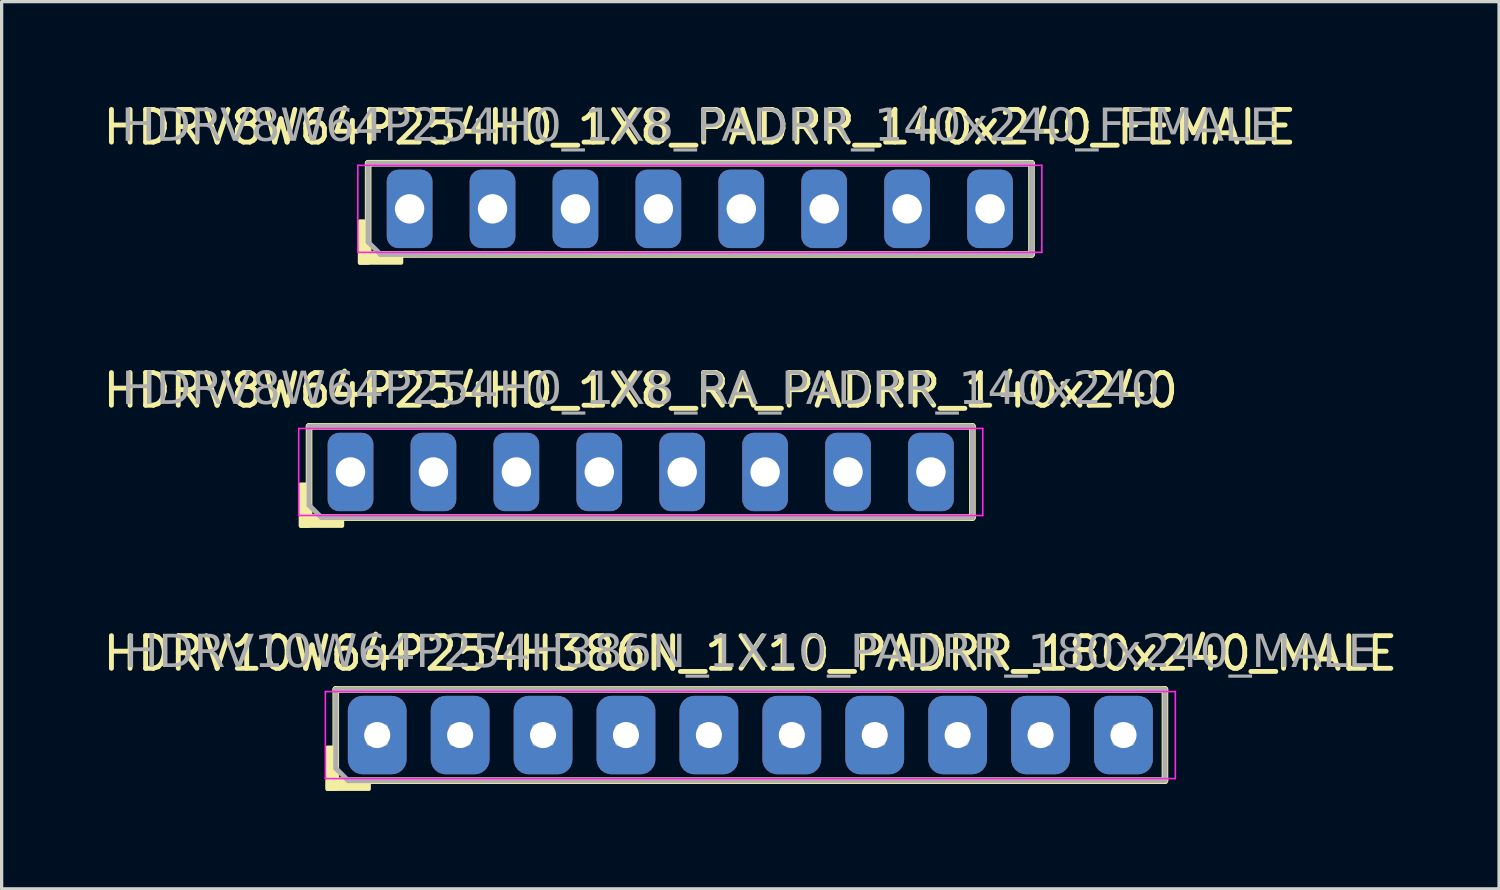
<source format=kicad_pcb>
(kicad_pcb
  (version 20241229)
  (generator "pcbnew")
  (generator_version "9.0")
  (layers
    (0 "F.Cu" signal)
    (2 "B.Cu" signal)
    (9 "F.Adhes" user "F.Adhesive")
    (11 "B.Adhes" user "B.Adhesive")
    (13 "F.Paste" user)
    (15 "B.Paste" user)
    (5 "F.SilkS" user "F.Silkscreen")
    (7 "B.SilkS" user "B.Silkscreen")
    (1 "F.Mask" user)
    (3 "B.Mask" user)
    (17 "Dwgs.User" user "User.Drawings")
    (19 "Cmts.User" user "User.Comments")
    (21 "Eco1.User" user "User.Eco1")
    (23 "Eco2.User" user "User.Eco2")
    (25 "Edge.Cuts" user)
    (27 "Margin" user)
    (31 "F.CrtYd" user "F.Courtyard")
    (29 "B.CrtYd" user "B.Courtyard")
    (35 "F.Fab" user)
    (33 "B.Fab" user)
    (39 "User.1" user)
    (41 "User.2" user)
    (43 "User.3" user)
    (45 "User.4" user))
  (footprint "HDRV10W64P254H386N_1X10_PADRR_180x240_MALE"
    (layer "F.Cu")
    (at 19.935 19.467)
    (property "Reference" "HDRV10W64P254H386N_1X10_PADRR_180x240_MALE" (at 0 -2.5 0) (layer "F.SilkS") (effects (font (size 1 1) (thickness 0.15))))
    (attr through_hole)
    (fp_line (start -12.7 -1.397) (end -12.7 1.397) (stroke (width 0.203) (type solid)) (layer "F.SilkS"))
    (fp_line (start -12.7 1.397) (end 12.7 1.397) (stroke (width 0.203) (type solid)) (layer "F.SilkS"))
    (fp_line (start 12.7 -1.397) (end -12.7 -1.397) (stroke (width 0.203) (type solid)) (layer "F.SilkS"))
    (fp_line (start 12.7 1.397) (end 12.7 -1.397) (stroke (width 0.203) (type solid)) (layer "F.SilkS"))
    (fp_rect (start -12.7 0.381) (end -12.954 1.651) (stroke (width 0.12) (type solid)) (fill yes) (layer "F.SilkS"))
    (fp_rect (start -11.684 1.651) (end -12.954 1.397) (stroke (width 0.12) (type solid)) (fill yes) (layer "F.SilkS"))
    (fp_line (start -13.018 1.333) (end -13.018 -1.333) (stroke (width 0.05) (type solid)) (layer "F.CrtYd"))
    (fp_line (start 13.018 -1.333) (end -13.018 -1.333) (stroke (width 0.05) (type solid)) (layer "F.CrtYd"))
    (fp_line (start 13.018 -1.333) (end 13.018 1.333) (stroke (width 0.05) (type solid)) (layer "F.CrtYd"))
    (fp_line (start 13.018 1.333) (end -13.018 1.333) (stroke (width 0.05) (type solid)) (layer "F.CrtYd"))
    (fp_line (start -12.7 -1.397) (end -12.7 1.016) (stroke (width 0.152) (type solid)) (layer "F.Fab"))
    (fp_line (start -12.7 -1.397) (end 12.7 -1.397) (stroke (width 0.152) (type solid)) (layer "F.Fab"))
    (fp_line (start -12.7 1.016) (end -12.319 1.397) (stroke (width 0.152) (type solid)) (layer "F.Fab"))
    (fp_line (start 12.7 -1.397) (end 12.7 1.397) (stroke (width 0.152) (type solid)) (layer "F.Fab"))
    (fp_line (start 12.7 1.397) (end -12.319 1.397) (stroke (width 0.152) (type solid)) (layer "F.Fab"))
    (fp_rect (start -11.176 -0.254) (end -11.684 0.254) (stroke (width 0.152) (type solid)) (fill no) (layer "F.Fab"))
    (fp_rect (start -8.636 -0.254) (end -9.144 0.254) (stroke (width 0.152) (type solid)) (fill no) (layer "F.Fab"))
    (fp_rect (start -6.096 -0.254) (end -6.604 0.254) (stroke (width 0.152) (type solid)) (fill no) (layer "F.Fab"))
    (fp_rect (start -3.556 -0.254) (end -4.064 0.254) (stroke (width 0.152) (type solid)) (fill no) (layer "F.Fab"))
    (fp_rect (start -1.016 -0.254) (end -1.524 0.254) (stroke (width 0.152) (type solid)) (fill no) (layer "F.Fab"))
    (fp_rect (start 1.524 -0.254) (end 1.016 0.254) (stroke (width 0.152) (type solid)) (fill no) (layer "F.Fab"))
    (fp_rect (start 4.064 -0.254) (end 3.556 0.254) (stroke (width 0.152) (type solid)) (fill no) (layer "F.Fab"))
    (fp_rect (start 6.604 -0.254) (end 6.096 0.254) (stroke (width 0.152) (type solid)) (fill no) (layer "F.Fab"))
    (fp_rect (start 9.144 -0.254) (end 8.636 0.254) (stroke (width 0.152) (type solid)) (fill no) (layer "F.Fab"))
    (fp_rect (start 11.684 -0.254) (end 11.176 0.254) (stroke (width 0.152) (type solid)) (fill no) (layer "F.Fab"))
    (fp_text user "${REFERENCE}" (at 0 -2.5 0) (layer "F.Fab") (effects (font (face "Tahoma") (size 1 1) (thickness 0.15))))
    (pad "1" thru_hole roundrect (at -11.43 0) (size 1.8 2.4) (drill 0.8) (layers "*.Cu" "*.Mask") (roundrect_rratio 0.25))
    (pad "2" thru_hole roundrect (at -8.89 0) (size 1.8 2.4) (drill 0.8) (layers "*.Cu" "*.Mask") (roundrect_rratio 0.25))
    (pad "3" thru_hole roundrect (at -6.35 0) (size 1.8 2.4) (drill 0.8) (layers "*.Cu" "*.Mask") (roundrect_rratio 0.25))
    (pad "4" thru_hole roundrect (at -3.81 0) (size 1.8 2.4) (drill 0.8) (layers "*.Cu" "*.Mask") (roundrect_rratio 0.25))
    (pad "5" thru_hole roundrect (at -1.27 0) (size 1.8 2.4) (drill 0.8) (layers "*.Cu" "*.Mask") (roundrect_rratio 0.25))
    (pad "6" thru_hole roundrect (at 1.27 0) (size 1.8 2.4) (drill 0.8) (layers "*.Cu" "*.Mask") (roundrect_rratio 0.25))
    (pad "7" thru_hole roundrect (at 3.81 0) (size 1.8 2.4) (drill 0.8) (layers "*.Cu" "*.Mask") (roundrect_rratio 0.25))
    (pad "8" thru_hole roundrect (at 6.35 0) (size 1.8 2.4) (drill 0.8) (layers "*.Cu" "*.Mask") (roundrect_rratio 0.25))
    (pad "9" thru_hole roundrect (at 8.89 0) (size 1.8 2.4) (drill 0.8) (layers "*.Cu" "*.Mask") (roundrect_rratio 0.25))
    (pad "10" thru_hole roundrect (at 11.43 0) (size 1.8 2.4) (drill 0.8) (layers "*.Cu" "*.Mask") (roundrect_rratio 0.25)))
  (footprint "HDRV8W64P254H0_1X8_PADRR_140x240_FEMALE"
    (layer "F.Cu")
    (at 18.387 3.348)
    (property "Reference" "HDRV8W64P254H0_1X8_PADRR_140x240_FEMALE" (at 0 -2.5 0) (layer "F.SilkS") (effects (font (size 1 1) (thickness 0.15))))
    (attr through_hole)
    (fp_line (start -10.16 -1.397) (end -10.16 1.397) (stroke (width 0.203) (type solid)) (layer "F.SilkS"))
    (fp_line (start -10.16 1.397) (end 10.16 1.397) (stroke (width 0.203) (type solid)) (layer "F.SilkS"))
    (fp_line (start 10.16 -1.397) (end -10.16 -1.397) (stroke (width 0.203) (type solid)) (layer "F.SilkS"))
    (fp_line (start 10.16 1.397) (end 10.16 -1.397) (stroke (width 0.203) (type solid)) (layer "F.SilkS"))
    (fp_rect (start -10.16 0.381) (end -10.414 1.651) (stroke (width 0.12) (type solid)) (fill yes) (layer "F.SilkS"))
    (fp_rect (start -9.144 1.651) (end -10.414 1.397) (stroke (width 0.12) (type solid)) (fill yes) (layer "F.SilkS"))
    (fp_line (start -10.477 1.333) (end -10.477 -1.333) (stroke (width 0.05) (type solid)) (layer "F.CrtYd"))
    (fp_line (start 10.477 -1.333) (end -10.477 -1.333) (stroke (width 0.05) (type solid)) (layer "F.CrtYd"))
    (fp_line (start 10.477 1.333) (end -10.477 1.333) (stroke (width 0.05) (type solid)) (layer "F.CrtYd"))
    (fp_line (start 10.477 1.333) (end 10.477 -1.333) (stroke (width 0.05) (type solid)) (layer "F.CrtYd"))
    (fp_line (start -10.16 -1.397) (end -10.16 1.016) (stroke (width 0.152) (type solid)) (layer "F.Fab"))
    (fp_line (start -10.16 -1.397) (end 10.16 -1.397) (stroke (width 0.152) (type solid)) (layer "F.Fab"))
    (fp_line (start -10.16 1.016) (end -9.779 1.397) (stroke (width 0.152) (type solid)) (layer "F.Fab"))
    (fp_line (start 10.16 -1.397) (end 10.16 1.397) (stroke (width 0.152) (type solid)) (layer "F.Fab"))
    (fp_line (start 10.16 1.397) (end -9.779 1.397) (stroke (width 0.152) (type solid)) (layer "F.Fab"))
    (fp_rect (start -8.636 -0.254) (end -9.144 0.254) (stroke (width 0.152) (type solid)) (fill no) (layer "F.Fab"))
    (fp_rect (start -6.096 -0.254) (end -6.604 0.254) (stroke (width 0.152) (type solid)) (fill no) (layer "F.Fab"))
    (fp_rect (start -3.556 -0.254) (end -4.064 0.254) (stroke (width 0.152) (type solid)) (fill no) (layer "F.Fab"))
    (fp_rect (start -1.016 -0.254) (end -1.524 0.254) (stroke (width 0.152) (type solid)) (fill no) (layer "F.Fab"))
    (fp_rect (start 1.524 -0.254) (end 1.016 0.254) (stroke (width 0.152) (type solid)) (fill no) (layer "F.Fab"))
    (fp_rect (start 4.064 -0.254) (end 3.556 0.254) (stroke (width 0.152) (type solid)) (fill no) (layer "F.Fab"))
    (fp_rect (start 6.604 -0.254) (end 6.096 0.254) (stroke (width 0.152) (type solid)) (fill no) (layer "F.Fab"))
    (fp_rect (start 9.144 -0.254) (end 8.636 0.254) (stroke (width 0.152) (type solid)) (fill no) (layer "F.Fab"))
    (fp_text user "${REFERENCE}" (at 0 -2.5 0) (layer "F.Fab") (effects (font (face "Tahoma") (size 1 1) (thickness 0.15))))
    (pad "1" thru_hole roundrect (at -8.89 0) (size 1.4 2.4) (drill 0.9) (layers "*.Cu" "*.Mask") (roundrect_rratio 0.25))
    (pad "2" thru_hole roundrect (at -6.35 0) (size 1.4 2.4) (drill 0.9) (layers "*.Cu" "*.Mask") (roundrect_rratio 0.25))
    (pad "3" thru_hole roundrect (at -3.81 0) (size 1.4 2.4) (drill 0.9) (layers "*.Cu" "*.Mask") (roundrect_rratio 0.25))
    (pad "4" thru_hole roundrect (at -1.27 0) (size 1.4 2.4) (drill 0.9) (layers "*.Cu" "*.Mask") (roundrect_rratio 0.25))
    (pad "5" thru_hole roundrect (at 1.27 0) (size 1.4 2.4) (drill 0.9) (layers "*.Cu" "*.Mask") (roundrect_rratio 0.25))
    (pad "6" thru_hole roundrect (at 3.81 0) (size 1.4 2.4) (drill 0.9) (layers "*.Cu" "*.Mask") (roundrect_rratio 0.25))
    (pad "7" thru_hole roundrect (at 6.35 0) (size 1.4 2.4) (drill 0.9) (layers "*.Cu" "*.Mask") (roundrect_rratio 0.25))
    (pad "8" thru_hole roundrect (at 8.89 0) (size 1.4 2.4) (drill 0.9) (layers "*.Cu" "*.Mask") (roundrect_rratio 0.25)))
  (footprint "HDRV8W64P254H0_1X8_RA_PADRR_140x240"
    (layer "F.Cu")
    (at 16.577 11.408)
    (property "Reference" "HDRV8W64P254H0_1X8_RA_PADRR_140x240" (at 0 -2.5 0) (layer "F.SilkS") (effects (font (size 1 1) (thickness 0.15))))
    (attr through_hole)
    (fp_line (start -10.16 -1.397) (end -10.16 1.397) (stroke (width 0.203) (type solid)) (layer "F.SilkS"))
    (fp_line (start -10.16 1.397) (end 10.16 1.397) (stroke (width 0.203) (type solid)) (layer "F.SilkS"))
    (fp_line (start 10.16 -1.397) (end -10.16 -1.397) (stroke (width 0.203) (type solid)) (layer "F.SilkS"))
    (fp_line (start 10.16 1.397) (end 10.16 -1.397) (stroke (width 0.203) (type solid)) (layer "F.SilkS"))
    (fp_rect (start -10.16 0.381) (end -10.414 1.651) (stroke (width 0.12) (type solid)) (fill yes) (layer "F.SilkS"))
    (fp_rect (start -9.144 1.651) (end -10.414 1.397) (stroke (width 0.12) (type solid)) (fill yes) (layer "F.SilkS"))
    (fp_line (start -10.477 1.333) (end -10.477 -1.333) (stroke (width 0.05) (type solid)) (layer "F.CrtYd"))
    (fp_line (start 10.477 -1.333) (end -10.477 -1.333) (stroke (width 0.05) (type solid)) (layer "F.CrtYd"))
    (fp_line (start 10.477 1.333) (end -10.477 1.333) (stroke (width 0.05) (type solid)) (layer "F.CrtYd"))
    (fp_line (start 10.477 1.333) (end 10.477 -1.333) (stroke (width 0.05) (type solid)) (layer "F.CrtYd"))
    (fp_line (start -10.16 -1.397) (end -10.16 1.016) (stroke (width 0.152) (type solid)) (layer "F.Fab"))
    (fp_line (start -10.16 -1.397) (end 10.16 -1.397) (stroke (width 0.152) (type solid)) (layer "F.Fab"))
    (fp_line (start -10.16 1.016) (end -9.779 1.397) (stroke (width 0.152) (type solid)) (layer "F.Fab"))
    (fp_line (start 10.16 -1.397) (end 10.16 1.397) (stroke (width 0.152) (type solid)) (layer "F.Fab"))
    (fp_line (start 10.16 1.397) (end -9.779 1.397) (stroke (width 0.152) (type solid)) (layer "F.Fab"))
    (fp_rect (start -8.636 -0.254) (end -9.144 0.254) (stroke (width 0.152) (type solid)) (fill no) (layer "F.Fab"))
    (fp_rect (start -6.096 -0.254) (end -6.604 0.254) (stroke (width 0.152) (type solid)) (fill no) (layer "F.Fab"))
    (fp_rect (start -3.556 -0.254) (end -4.064 0.254) (stroke (width 0.152) (type solid)) (fill no) (layer "F.Fab"))
    (fp_rect (start -1.016 -0.254) (end -1.524 0.254) (stroke (width 0.152) (type solid)) (fill no) (layer "F.Fab"))
    (fp_rect (start 1.524 -0.254) (end 1.016 0.254) (stroke (width 0.152) (type solid)) (fill no) (layer "F.Fab"))
    (fp_rect (start 4.064 -0.254) (end 3.556 0.254) (stroke (width 0.152) (type solid)) (fill no) (layer "F.Fab"))
    (fp_rect (start 6.604 -0.254) (end 6.096 0.254) (stroke (width 0.152) (type solid)) (fill no) (layer "F.Fab"))
    (fp_rect (start 9.144 -0.254) (end 8.636 0.254) (stroke (width 0.152) (type solid)) (fill no) (layer "F.Fab"))
    (fp_text user "${REFERENCE}" (at 0 -2.5 0) (layer "F.Fab") (effects (font (face "Tahoma") (size 1 1) (thickness 0.15))))
    (pad "1" thru_hole roundrect (at -8.89 0) (size 1.4 2.4) (drill 0.9) (layers "*.Cu" "*.Mask") (roundrect_rratio 0.25))
    (pad "2" thru_hole roundrect (at -6.35 0) (size 1.4 2.4) (drill 0.9) (layers "*.Cu" "*.Mask") (roundrect_rratio 0.25))
    (pad "3" thru_hole roundrect (at -3.81 0) (size 1.4 2.4) (drill 0.9) (layers "*.Cu" "*.Mask") (roundrect_rratio 0.25))
    (pad "4" thru_hole roundrect (at -1.27 0) (size 1.4 2.4) (drill 0.9) (layers "*.Cu" "*.Mask") (roundrect_rratio 0.25))
    (pad "5" thru_hole roundrect (at 1.27 0) (size 1.4 2.4) (drill 0.9) (layers "*.Cu" "*.Mask") (roundrect_rratio 0.25))
    (pad "6" thru_hole roundrect (at 3.81 0) (size 1.4 2.4) (drill 0.9) (layers "*.Cu" "*.Mask") (roundrect_rratio 0.25))
    (pad "7" thru_hole roundrect (at 6.35 0) (size 1.4 2.4) (drill 0.9) (layers "*.Cu" "*.Mask") (roundrect_rratio 0.25))
    (pad "8" thru_hole roundrect (at 8.89 0) (size 1.4 2.4) (drill 0.9) (layers "*.Cu" "*.Mask") (roundrect_rratio 0.25)))
  (gr_rect
    (start -3 -3)
    (end 42.869 24.178)
    (stroke (width 0.1) (type default))
    (fill no)
    (layer "Edge.Cuts")))
</source>
